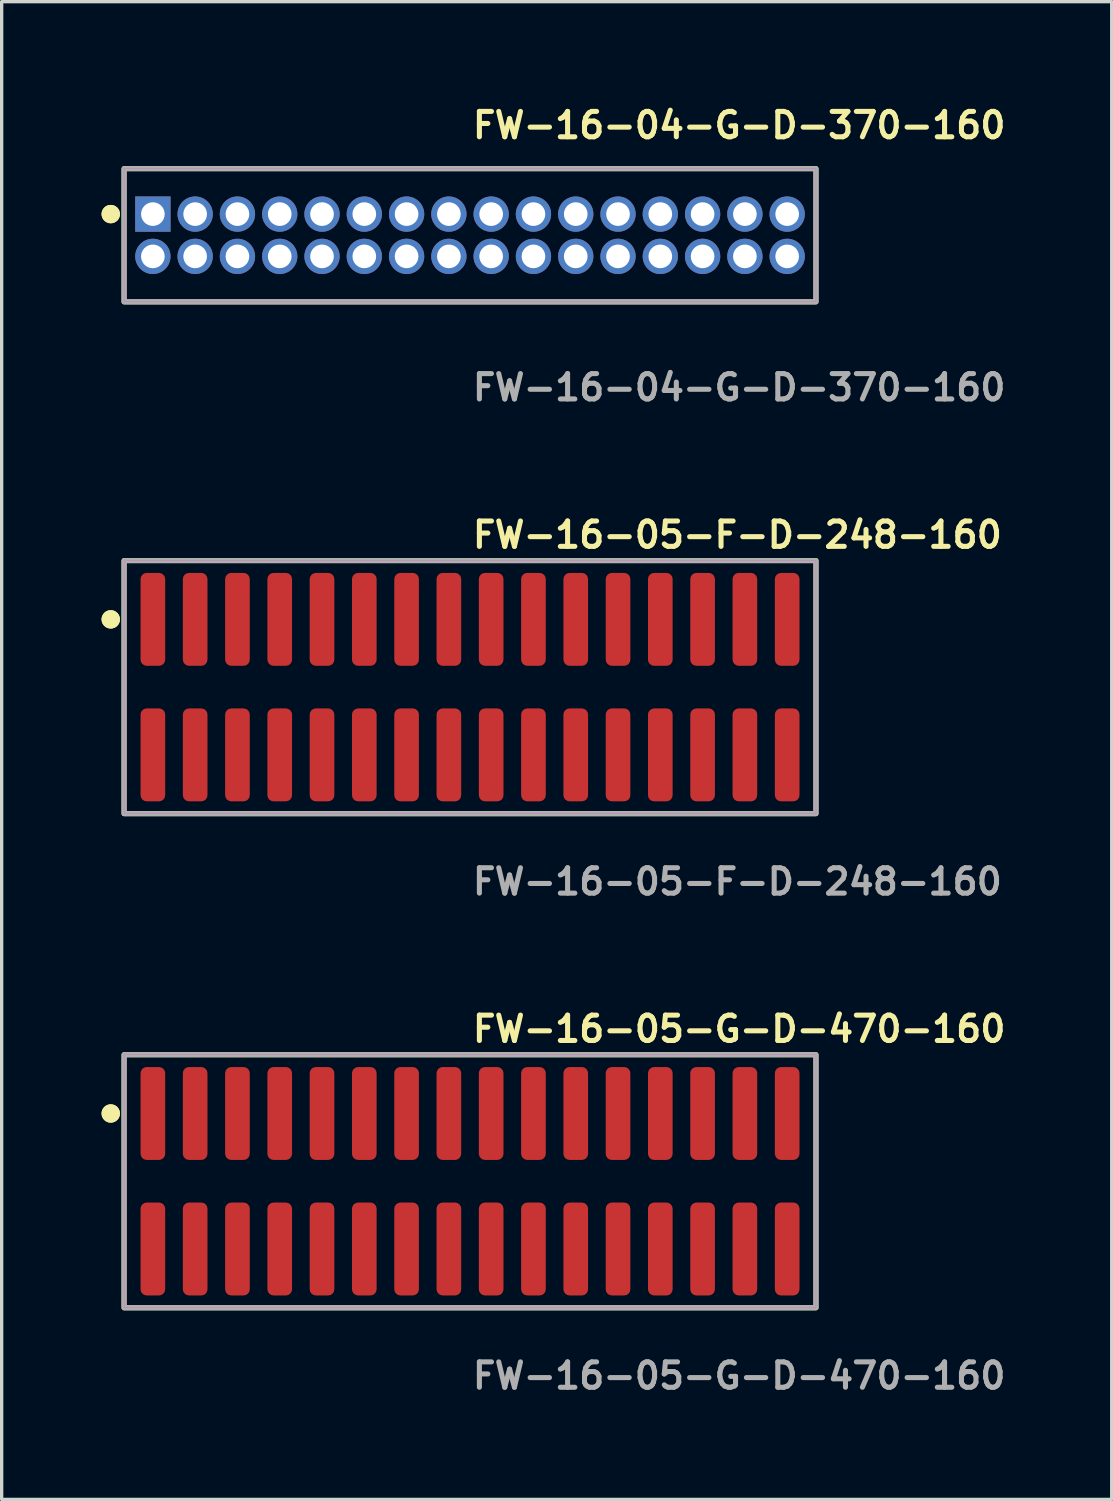
<source format=kicad_pcb>
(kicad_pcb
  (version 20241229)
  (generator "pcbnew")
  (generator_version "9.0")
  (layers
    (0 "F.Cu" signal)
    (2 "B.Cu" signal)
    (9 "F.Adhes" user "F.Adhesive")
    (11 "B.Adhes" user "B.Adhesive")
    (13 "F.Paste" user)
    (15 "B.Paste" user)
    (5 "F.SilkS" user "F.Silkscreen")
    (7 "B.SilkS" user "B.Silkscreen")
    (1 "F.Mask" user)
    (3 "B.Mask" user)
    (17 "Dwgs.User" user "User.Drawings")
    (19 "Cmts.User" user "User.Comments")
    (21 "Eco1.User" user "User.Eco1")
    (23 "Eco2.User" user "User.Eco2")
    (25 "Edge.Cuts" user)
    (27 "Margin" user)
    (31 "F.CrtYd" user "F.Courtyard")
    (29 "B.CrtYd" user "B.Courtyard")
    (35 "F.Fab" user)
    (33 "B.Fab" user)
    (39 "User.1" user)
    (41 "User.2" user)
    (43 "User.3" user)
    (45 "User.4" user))
  (footprint "FW-16-05-G-D-470-160"
    (layer "F.Cu")
    (at 11.066 32.426)
    (property "Reference" "FW-16-05-G-D-470-160" (at 0 -4.572 0) (unlocked yes) (layer "F.SilkS") (effects (font (size 0.762 0.762) (thickness 0.152)) (justify left)))
    (fp_rect (start -10.39 3.8) (end 10.39 -3.8) (stroke (width 0.152) (type solid)) (fill no) (layer "F.SilkS"))
    (fp_circle (center -10.79 -2.035) (end -10.99 -2.035) (stroke (width 0.152) (type solid)) (fill yes) (layer "F.SilkS"))
    (fp_circle (center -10.79 -2.035) (end -10.99 -2.035) (stroke (width 0.152) (type solid)) (fill yes) (layer "F.SilkS"))
    (fp_rect (start -10.39 3.8) (end 10.39 -3.8) (stroke (width 0.006) (type solid)) (fill no) (layer "F.CrtYd"))
    (fp_rect (start -10.39 3.8) (end 10.39 -3.8) (stroke (width 0.152) (type solid)) (fill no) (layer "F.Fab"))
    (fp_text user "${REFERENCE}" (at 0 5.842 0) (unlocked yes) (layer "F.Fab") (effects (font (size 0.762 0.762) (thickness 0.152)) (justify left)))
    (pad "1" smd roundrect (at -9.525 -2.035) (size 0.74 2.79) (layers "F.Cu" "F.Paste") (roundrect_rratio 0.25))
    (pad "2" smd roundrect (at -9.525 2.035) (size 0.74 2.79) (layers "F.Cu" "F.Paste") (roundrect_rratio 0.25))
    (pad "3" smd roundrect (at -8.255 -2.035) (size 0.74 2.79) (layers "F.Cu" "F.Paste") (roundrect_rratio 0.25))
    (pad "4" smd roundrect (at -8.255 2.035) (size 0.74 2.79) (layers "F.Cu" "F.Paste") (roundrect_rratio 0.25))
    (pad "5" smd roundrect (at -6.985 -2.035) (size 0.74 2.79) (layers "F.Cu" "F.Paste") (roundrect_rratio 0.25))
    (pad "6" smd roundrect (at -6.985 2.035) (size 0.74 2.79) (layers "F.Cu" "F.Paste") (roundrect_rratio 0.25))
    (pad "7" smd roundrect (at -5.715 -2.035) (size 0.74 2.79) (layers "F.Cu" "F.Paste") (roundrect_rratio 0.25))
    (pad "8" smd roundrect (at -5.715 2.035) (size 0.74 2.79) (layers "F.Cu" "F.Paste") (roundrect_rratio 0.25))
    (pad "9" smd roundrect (at -4.445 -2.035) (size 0.74 2.79) (layers "F.Cu" "F.Paste") (roundrect_rratio 0.25))
    (pad "10" smd roundrect (at -4.445 2.035) (size 0.74 2.79) (layers "F.Cu" "F.Paste") (roundrect_rratio 0.25))
    (pad "11" smd roundrect (at -3.175 -2.035) (size 0.74 2.79) (layers "F.Cu" "F.Paste") (roundrect_rratio 0.25))
    (pad "12" smd roundrect (at -3.175 2.035) (size 0.74 2.79) (layers "F.Cu" "F.Paste") (roundrect_rratio 0.25))
    (pad "13" smd roundrect (at -1.905 -2.035) (size 0.74 2.79) (layers "F.Cu" "F.Paste") (roundrect_rratio 0.25))
    (pad "14" smd roundrect (at -1.905 2.035) (size 0.74 2.79) (layers "F.Cu" "F.Paste") (roundrect_rratio 0.25))
    (pad "15" smd roundrect (at -0.635 -2.035) (size 0.74 2.79) (layers "F.Cu" "F.Paste") (roundrect_rratio 0.25))
    (pad "16" smd roundrect (at -0.635 2.035) (size 0.74 2.79) (layers "F.Cu" "F.Paste") (roundrect_rratio 0.25))
    (pad "17" smd roundrect (at 0.635 -2.035) (size 0.74 2.79) (layers "F.Cu" "F.Paste") (roundrect_rratio 0.25))
    (pad "18" smd roundrect (at 0.635 2.035) (size 0.74 2.79) (layers "F.Cu" "F.Paste") (roundrect_rratio 0.25))
    (pad "19" smd roundrect (at 1.905 -2.035) (size 0.74 2.79) (layers "F.Cu" "F.Paste") (roundrect_rratio 0.25))
    (pad "20" smd roundrect (at 1.905 2.035) (size 0.74 2.79) (layers "F.Cu" "F.Paste") (roundrect_rratio 0.25))
    (pad "21" smd roundrect (at 3.175 -2.035) (size 0.74 2.79) (layers "F.Cu" "F.Paste") (roundrect_rratio 0.25))
    (pad "22" smd roundrect (at 3.175 2.035) (size 0.74 2.79) (layers "F.Cu" "F.Paste") (roundrect_rratio 0.25))
    (pad "23" smd roundrect (at 4.445 -2.035) (size 0.74 2.79) (layers "F.Cu" "F.Paste") (roundrect_rratio 0.25))
    (pad "24" smd roundrect (at 4.445 2.035) (size 0.74 2.79) (layers "F.Cu" "F.Paste") (roundrect_rratio 0.25))
    (pad "25" smd roundrect (at 5.715 -2.035) (size 0.74 2.79) (layers "F.Cu" "F.Paste") (roundrect_rratio 0.25))
    (pad "26" smd roundrect (at 5.715 2.035) (size 0.74 2.79) (layers "F.Cu" "F.Paste") (roundrect_rratio 0.25))
    (pad "27" smd roundrect (at 6.985 -2.035) (size 0.74 2.79) (layers "F.Cu" "F.Paste") (roundrect_rratio 0.25))
    (pad "28" smd roundrect (at 6.985 2.035) (size 0.74 2.79) (layers "F.Cu" "F.Paste") (roundrect_rratio 0.25))
    (pad "29" smd roundrect (at 8.255 -2.035) (size 0.74 2.79) (layers "F.Cu" "F.Paste") (roundrect_rratio 0.25))
    (pad "30" smd roundrect (at 8.255 2.035) (size 0.74 2.79) (layers "F.Cu" "F.Paste") (roundrect_rratio 0.25))
    (pad "31" smd roundrect (at 9.525 -2.035) (size 0.74 2.79) (layers "F.Cu" "F.Paste") (roundrect_rratio 0.25))
    (pad "32" smd roundrect (at 9.525 2.035) (size 0.74 2.79) (layers "F.Cu" "F.Paste") (roundrect_rratio 0.25)))
  (footprint "FW-16-04-G-D-370-160"
    (layer "F.Cu")
    (at 11.066 4.015)
    (property "Reference" "FW-16-04-G-D-370-160" (at 0 -3.302 0) (unlocked yes) (layer "F.SilkS") (effects (font (size 0.762 0.762) (thickness 0.152)) (justify left)))
    (fp_rect (start -10.39 2) (end 10.39 -2) (stroke (width 0.152) (type solid)) (fill no) (layer "F.SilkS"))
    (fp_circle (center -10.79 -0.635) (end -10.99 -0.635) (stroke (width 0.152) (type solid)) (fill yes) (layer "F.SilkS"))
    (fp_circle (center -10.79 -0.635) (end -10.99 -0.635) (stroke (width 0.152) (type solid)) (fill yes) (layer "F.SilkS"))
    (fp_rect (start -10.39 2) (end 10.39 -2) (stroke (width 0.006) (type solid)) (fill no) (layer "F.CrtYd"))
    (fp_rect (start -10.39 2) (end 10.39 -2) (stroke (width 0.152) (type solid)) (fill no) (layer "F.Fab"))
    (fp_text user "${REFERENCE}" (at 0 4.572 0) (unlocked yes) (layer "F.Fab") (effects (font (size 0.762 0.762) (thickness 0.152)) (justify left)))
    (pad "1" thru_hole rect (at -9.525 -0.635) (size 1.06 1.06) (drill 0.71) (layers "*.Cu" "*.Mask"))
    (pad "2" thru_hole circle (at -9.525 0.635) (size 1.06 1.06) (drill 0.71) (layers "*.Cu" "*.Mask"))
    (pad "3" thru_hole circle (at -8.255 -0.635) (size 1.06 1.06) (drill 0.71) (layers "*.Cu" "*.Mask"))
    (pad "4" thru_hole circle (at -8.255 0.635) (size 1.06 1.06) (drill 0.71) (layers "*.Cu" "*.Mask"))
    (pad "5" thru_hole circle (at -6.985 -0.635) (size 1.06 1.06) (drill 0.71) (layers "*.Cu" "*.Mask"))
    (pad "6" thru_hole circle (at -6.985 0.635) (size 1.06 1.06) (drill 0.71) (layers "*.Cu" "*.Mask"))
    (pad "7" thru_hole circle (at -5.715 -0.635) (size 1.06 1.06) (drill 0.71) (layers "*.Cu" "*.Mask"))
    (pad "8" thru_hole circle (at -5.715 0.635) (size 1.06 1.06) (drill 0.71) (layers "*.Cu" "*.Mask"))
    (pad "9" thru_hole circle (at -4.445 -0.635) (size 1.06 1.06) (drill 0.71) (layers "*.Cu" "*.Mask"))
    (pad "10" thru_hole circle (at -4.445 0.635) (size 1.06 1.06) (drill 0.71) (layers "*.Cu" "*.Mask"))
    (pad "11" thru_hole circle (at -3.175 -0.635) (size 1.06 1.06) (drill 0.71) (layers "*.Cu" "*.Mask"))
    (pad "12" thru_hole circle (at -3.175 0.635) (size 1.06 1.06) (drill 0.71) (layers "*.Cu" "*.Mask"))
    (pad "13" thru_hole circle (at -1.905 -0.635) (size 1.06 1.06) (drill 0.71) (layers "*.Cu" "*.Mask"))
    (pad "14" thru_hole circle (at -1.905 0.635) (size 1.06 1.06) (drill 0.71) (layers "*.Cu" "*.Mask"))
    (pad "15" thru_hole circle (at -0.635 -0.635) (size 1.06 1.06) (drill 0.71) (layers "*.Cu" "*.Mask"))
    (pad "16" thru_hole circle (at -0.635 0.635) (size 1.06 1.06) (drill 0.71) (layers "*.Cu" "*.Mask"))
    (pad "17" thru_hole circle (at 0.635 -0.635) (size 1.06 1.06) (drill 0.71) (layers "*.Cu" "*.Mask"))
    (pad "18" thru_hole circle (at 0.635 0.635) (size 1.06 1.06) (drill 0.71) (layers "*.Cu" "*.Mask"))
    (pad "19" thru_hole circle (at 1.905 -0.635) (size 1.06 1.06) (drill 0.71) (layers "*.Cu" "*.Mask"))
    (pad "20" thru_hole circle (at 1.905 0.635) (size 1.06 1.06) (drill 0.71) (layers "*.Cu" "*.Mask"))
    (pad "21" thru_hole circle (at 3.175 -0.635) (size 1.06 1.06) (drill 0.71) (layers "*.Cu" "*.Mask"))
    (pad "22" thru_hole circle (at 3.175 0.635) (size 1.06 1.06) (drill 0.71) (layers "*.Cu" "*.Mask"))
    (pad "23" thru_hole circle (at 4.445 -0.635) (size 1.06 1.06) (drill 0.71) (layers "*.Cu" "*.Mask"))
    (pad "24" thru_hole circle (at 4.445 0.635) (size 1.06 1.06) (drill 0.71) (layers "*.Cu" "*.Mask"))
    (pad "25" thru_hole circle (at 5.715 -0.635) (size 1.06 1.06) (drill 0.71) (layers "*.Cu" "*.Mask"))
    (pad "26" thru_hole circle (at 5.715 0.635) (size 1.06 1.06) (drill 0.71) (layers "*.Cu" "*.Mask"))
    (pad "27" thru_hole circle (at 6.985 -0.635) (size 1.06 1.06) (drill 0.71) (layers "*.Cu" "*.Mask"))
    (pad "28" thru_hole circle (at 6.985 0.635) (size 1.06 1.06) (drill 0.71) (layers "*.Cu" "*.Mask"))
    (pad "29" thru_hole circle (at 8.255 -0.635) (size 1.06 1.06) (drill 0.71) (layers "*.Cu" "*.Mask"))
    (pad "30" thru_hole circle (at 8.255 0.635) (size 1.06 1.06) (drill 0.71) (layers "*.Cu" "*.Mask"))
    (pad "31" thru_hole circle (at 9.525 -0.635) (size 1.06 1.06) (drill 0.71) (layers "*.Cu" "*.Mask"))
    (pad "32" thru_hole circle (at 9.525 0.635) (size 1.06 1.06) (drill 0.71) (layers "*.Cu" "*.Mask")))
  (footprint "FW-16-05-F-D-248-160"
    (layer "F.Cu")
    (at 11.066 17.586)
    (property "Reference" "FW-16-05-F-D-248-160" (at 0 -4.572 0) (unlocked yes) (layer "F.SilkS") (effects (font (size 0.762 0.762) (thickness 0.152)) (justify left)))
    (fp_rect (start -10.39 3.8) (end 10.39 -3.8) (stroke (width 0.152) (type solid)) (fill no) (layer "F.SilkS"))
    (fp_circle (center -10.79 -2.035) (end -10.99 -2.035) (stroke (width 0.152) (type solid)) (fill yes) (layer "F.SilkS"))
    (fp_circle (center -10.79 -2.035) (end -10.99 -2.035) (stroke (width 0.152) (type solid)) (fill yes) (layer "F.SilkS"))
    (fp_rect (start -10.39 3.8) (end 10.39 -3.8) (stroke (width 0.006) (type solid)) (fill no) (layer "F.CrtYd"))
    (fp_rect (start -10.39 3.8) (end 10.39 -3.8) (stroke (width 0.152) (type solid)) (fill no) (layer "F.Fab"))
    (fp_text user "${REFERENCE}" (at 0 5.842 0) (unlocked yes) (layer "F.Fab") (effects (font (size 0.762 0.762) (thickness 0.152)) (justify left)))
    (pad "1" smd roundrect (at -9.525 -2.035) (size 0.74 2.79) (layers "F.Cu" "F.Paste") (roundrect_rratio 0.25))
    (pad "2" smd roundrect (at -9.525 2.035) (size 0.74 2.79) (layers "F.Cu" "F.Paste") (roundrect_rratio 0.25))
    (pad "3" smd roundrect (at -8.255 -2.035) (size 0.74 2.79) (layers "F.Cu" "F.Paste") (roundrect_rratio 0.25))
    (pad "4" smd roundrect (at -8.255 2.035) (size 0.74 2.79) (layers "F.Cu" "F.Paste") (roundrect_rratio 0.25))
    (pad "5" smd roundrect (at -6.985 -2.035) (size 0.74 2.79) (layers "F.Cu" "F.Paste") (roundrect_rratio 0.25))
    (pad "6" smd roundrect (at -6.985 2.035) (size 0.74 2.79) (layers "F.Cu" "F.Paste") (roundrect_rratio 0.25))
    (pad "7" smd roundrect (at -5.715 -2.035) (size 0.74 2.79) (layers "F.Cu" "F.Paste") (roundrect_rratio 0.25))
    (pad "8" smd roundrect (at -5.715 2.035) (size 0.74 2.79) (layers "F.Cu" "F.Paste") (roundrect_rratio 0.25))
    (pad "9" smd roundrect (at -4.445 -2.035) (size 0.74 2.79) (layers "F.Cu" "F.Paste") (roundrect_rratio 0.25))
    (pad "10" smd roundrect (at -4.445 2.035) (size 0.74 2.79) (layers "F.Cu" "F.Paste") (roundrect_rratio 0.25))
    (pad "11" smd roundrect (at -3.175 -2.035) (size 0.74 2.79) (layers "F.Cu" "F.Paste") (roundrect_rratio 0.25))
    (pad "12" smd roundrect (at -3.175 2.035) (size 0.74 2.79) (layers "F.Cu" "F.Paste") (roundrect_rratio 0.25))
    (pad "13" smd roundrect (at -1.905 -2.035) (size 0.74 2.79) (layers "F.Cu" "F.Paste") (roundrect_rratio 0.25))
    (pad "14" smd roundrect (at -1.905 2.035) (size 0.74 2.79) (layers "F.Cu" "F.Paste") (roundrect_rratio 0.25))
    (pad "15" smd roundrect (at -0.635 -2.035) (size 0.74 2.79) (layers "F.Cu" "F.Paste") (roundrect_rratio 0.25))
    (pad "16" smd roundrect (at -0.635 2.035) (size 0.74 2.79) (layers "F.Cu" "F.Paste") (roundrect_rratio 0.25))
    (pad "17" smd roundrect (at 0.635 -2.035) (size 0.74 2.79) (layers "F.Cu" "F.Paste") (roundrect_rratio 0.25))
    (pad "18" smd roundrect (at 0.635 2.035) (size 0.74 2.79) (layers "F.Cu" "F.Paste") (roundrect_rratio 0.25))
    (pad "19" smd roundrect (at 1.905 -2.035) (size 0.74 2.79) (layers "F.Cu" "F.Paste") (roundrect_rratio 0.25))
    (pad "20" smd roundrect (at 1.905 2.035) (size 0.74 2.79) (layers "F.Cu" "F.Paste") (roundrect_rratio 0.25))
    (pad "21" smd roundrect (at 3.175 -2.035) (size 0.74 2.79) (layers "F.Cu" "F.Paste") (roundrect_rratio 0.25))
    (pad "22" smd roundrect (at 3.175 2.035) (size 0.74 2.79) (layers "F.Cu" "F.Paste") (roundrect_rratio 0.25))
    (pad "23" smd roundrect (at 4.445 -2.035) (size 0.74 2.79) (layers "F.Cu" "F.Paste") (roundrect_rratio 0.25))
    (pad "24" smd roundrect (at 4.445 2.035) (size 0.74 2.79) (layers "F.Cu" "F.Paste") (roundrect_rratio 0.25))
    (pad "25" smd roundrect (at 5.715 -2.035) (size 0.74 2.79) (layers "F.Cu" "F.Paste") (roundrect_rratio 0.25))
    (pad "26" smd roundrect (at 5.715 2.035) (size 0.74 2.79) (layers "F.Cu" "F.Paste") (roundrect_rratio 0.25))
    (pad "27" smd roundrect (at 6.985 -2.035) (size 0.74 2.79) (layers "F.Cu" "F.Paste") (roundrect_rratio 0.25))
    (pad "28" smd roundrect (at 6.985 2.035) (size 0.74 2.79) (layers "F.Cu" "F.Paste") (roundrect_rratio 0.25))
    (pad "29" smd roundrect (at 8.255 -2.035) (size 0.74 2.79) (layers "F.Cu" "F.Paste") (roundrect_rratio 0.25))
    (pad "30" smd roundrect (at 8.255 2.035) (size 0.74 2.79) (layers "F.Cu" "F.Paste") (roundrect_rratio 0.25))
    (pad "31" smd roundrect (at 9.525 -2.035) (size 0.74 2.79) (layers "F.Cu" "F.Paste") (roundrect_rratio 0.25))
    (pad "32" smd roundrect (at 9.525 2.035) (size 0.74 2.79) (layers "F.Cu" "F.Paste") (roundrect_rratio 0.25)))
  (gr_rect
    (start -3 -3)
    (end 30.337 41.981)
    (stroke (width 0.1) (type default))
    (fill no)
    (layer "Edge.Cuts")))
</source>
